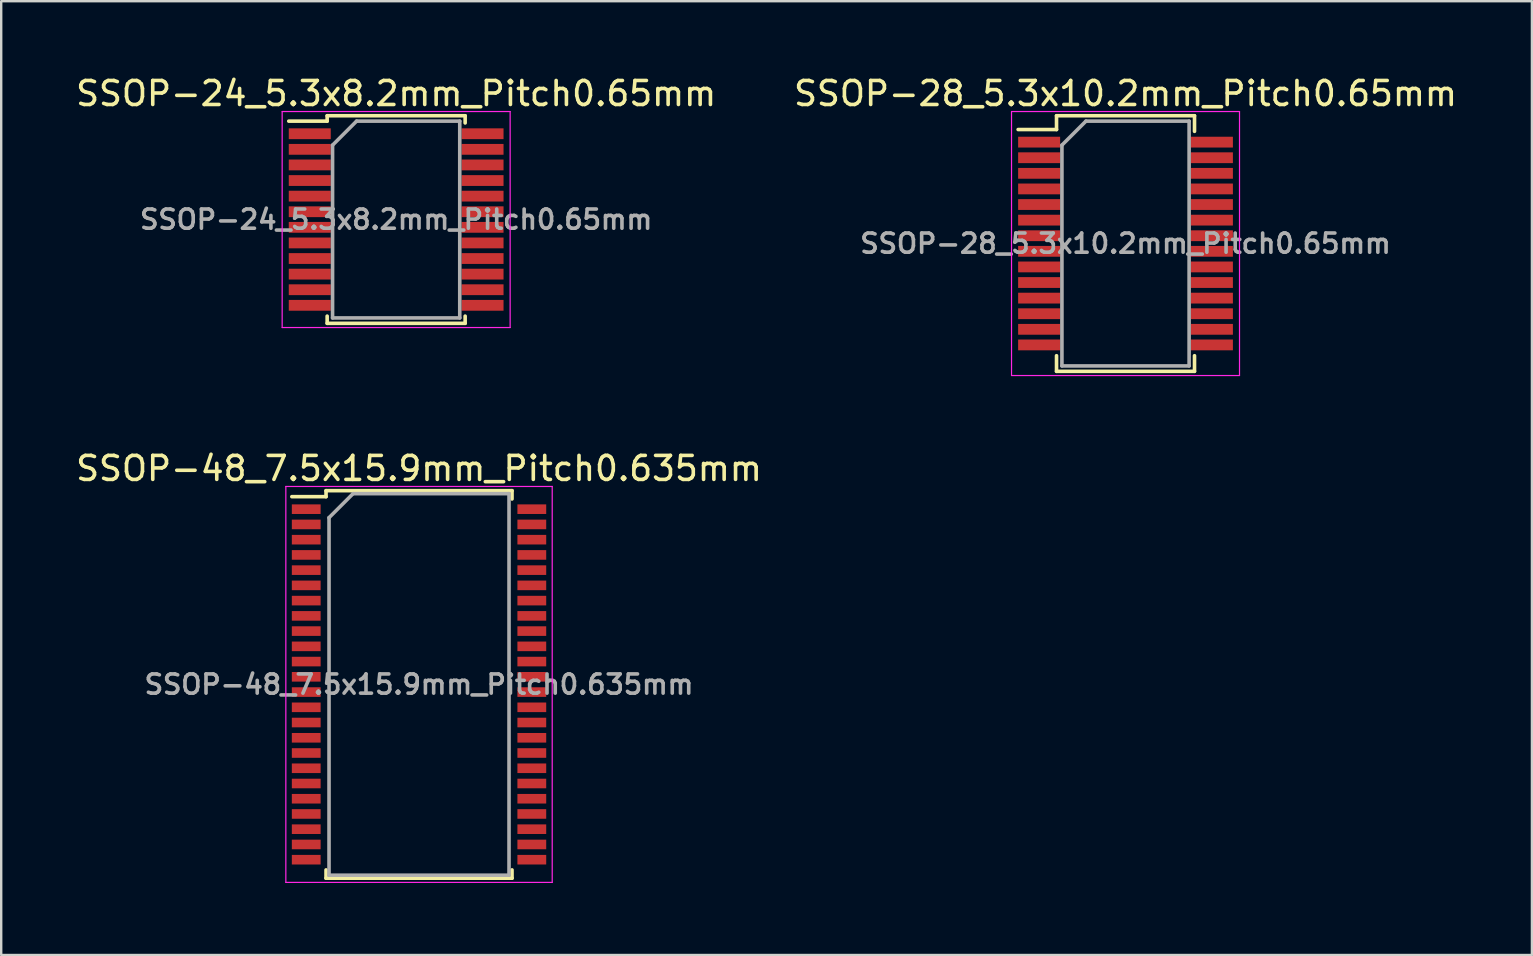
<source format=kicad_pcb>
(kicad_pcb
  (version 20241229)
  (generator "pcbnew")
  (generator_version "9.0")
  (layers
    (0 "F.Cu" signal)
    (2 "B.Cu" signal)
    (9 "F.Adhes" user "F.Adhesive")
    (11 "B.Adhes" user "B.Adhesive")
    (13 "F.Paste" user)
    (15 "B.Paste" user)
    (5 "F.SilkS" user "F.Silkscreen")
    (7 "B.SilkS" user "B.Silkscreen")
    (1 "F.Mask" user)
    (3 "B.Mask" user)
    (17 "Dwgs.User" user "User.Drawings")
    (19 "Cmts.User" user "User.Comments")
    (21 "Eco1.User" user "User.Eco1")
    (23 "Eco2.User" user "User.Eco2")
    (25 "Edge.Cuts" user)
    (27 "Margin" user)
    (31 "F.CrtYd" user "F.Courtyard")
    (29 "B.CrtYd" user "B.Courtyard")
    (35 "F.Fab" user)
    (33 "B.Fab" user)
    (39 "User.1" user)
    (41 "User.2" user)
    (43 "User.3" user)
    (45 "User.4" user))
  (footprint "SSOP-48_7.5x15.9mm_Pitch0.635mm"
    (layer "F.Cu")
    (at 14.411 25.471)
    (property "Reference" "SSOP-48_7.5x15.9mm_Pitch0.635mm" (at 0 -9 0) (layer "F.SilkS") (effects (font (size 1 1) (thickness 0.15))))
    (attr smd)
    (fp_line (start -3.875 -8.075) (end -3.875 -7.825) (stroke (width 0.15) (type solid)) (layer "F.SilkS"))
    (fp_line (start -3.875 -8.075) (end 3.875 -8.075) (stroke (width 0.15) (type solid)) (layer "F.SilkS"))
    (fp_line (start -3.875 -7.825) (end -5.3 -7.825) (stroke (width 0.15) (type solid)) (layer "F.SilkS"))
    (fp_line (start -3.875 8.075) (end -3.875 7.728) (stroke (width 0.15) (type solid)) (layer "F.SilkS"))
    (fp_line (start -3.875 8.075) (end 3.875 8.075) (stroke (width 0.15) (type solid)) (layer "F.SilkS"))
    (fp_line (start 3.875 -8.075) (end 3.875 -7.728) (stroke (width 0.15) (type solid)) (layer "F.SilkS"))
    (fp_line (start 3.875 8.075) (end 3.875 7.728) (stroke (width 0.15) (type solid)) (layer "F.SilkS"))
    (fp_line (start -5.55 -8.25) (end -5.55 8.25) (stroke (width 0.05) (type solid)) (layer "F.CrtYd"))
    (fp_line (start -5.55 -8.25) (end 5.55 -8.25) (stroke (width 0.05) (type solid)) (layer "F.CrtYd"))
    (fp_line (start -5.55 8.25) (end 5.55 8.25) (stroke (width 0.05) (type solid)) (layer "F.CrtYd"))
    (fp_line (start 5.55 -8.25) (end 5.55 8.25) (stroke (width 0.05) (type solid)) (layer "F.CrtYd"))
    (fp_line (start -3.75 -6.95) (end -2.75 -7.95) (stroke (width 0.15) (type solid)) (layer "F.Fab"))
    (fp_line (start -3.75 7.95) (end -3.75 -6.95) (stroke (width 0.15) (type solid)) (layer "F.Fab"))
    (fp_line (start -2.75 -7.95) (end 3.75 -7.95) (stroke (width 0.15) (type solid)) (layer "F.Fab"))
    (fp_line (start 3.75 -7.95) (end 3.75 7.95) (stroke (width 0.15) (type solid)) (layer "F.Fab"))
    (fp_line (start 3.75 7.95) (end -3.75 7.95) (stroke (width 0.15) (type solid)) (layer "F.Fab"))
    (fp_text user "${REFERENCE}" (at 0 0 0) (layer "F.Fab") (effects (font (size 0.8 0.8) (thickness 0.15))))
    (pad "1" smd rect (at -4.7 -7.303) (size 1.2 0.4) (layers "F.Cu" "F.Mask" "F.Paste"))
    (pad "2" smd rect (at -4.7 -6.668) (size 1.2 0.4) (layers "F.Cu" "F.Mask" "F.Paste"))
    (pad "3" smd rect (at -4.7 -6.032) (size 1.2 0.4) (layers "F.Cu" "F.Mask" "F.Paste"))
    (pad "4" smd rect (at -4.7 -5.397) (size 1.2 0.4) (layers "F.Cu" "F.Mask" "F.Paste"))
    (pad "5" smd rect (at -4.7 -4.763) (size 1.2 0.4) (layers "F.Cu" "F.Mask" "F.Paste"))
    (pad "6" smd rect (at -4.7 -4.128) (size 1.2 0.4) (layers "F.Cu" "F.Mask" "F.Paste"))
    (pad "7" smd rect (at -4.7 -3.493) (size 1.2 0.4) (layers "F.Cu" "F.Mask" "F.Paste"))
    (pad "8" smd rect (at -4.7 -2.857) (size 1.2 0.4) (layers "F.Cu" "F.Mask" "F.Paste"))
    (pad "9" smd rect (at -4.7 -2.223) (size 1.2 0.4) (layers "F.Cu" "F.Mask" "F.Paste"))
    (pad "10" smd rect (at -4.7 -1.587) (size 1.2 0.4) (layers "F.Cu" "F.Mask" "F.Paste"))
    (pad "11" smd rect (at -4.7 -0.953) (size 1.2 0.4) (layers "F.Cu" "F.Mask" "F.Paste"))
    (pad "12" smd rect (at -4.7 -0.318) (size 1.2 0.4) (layers "F.Cu" "F.Mask" "F.Paste"))
    (pad "13" smd rect (at -4.7 0.318) (size 1.2 0.4) (layers "F.Cu" "F.Mask" "F.Paste"))
    (pad "14" smd rect (at -4.7 0.953) (size 1.2 0.4) (layers "F.Cu" "F.Mask" "F.Paste"))
    (pad "15" smd rect (at -4.7 1.587) (size 1.2 0.4) (layers "F.Cu" "F.Mask" "F.Paste"))
    (pad "16" smd rect (at -4.7 2.223) (size 1.2 0.4) (layers "F.Cu" "F.Mask" "F.Paste"))
    (pad "17" smd rect (at -4.7 2.857) (size 1.2 0.4) (layers "F.Cu" "F.Mask" "F.Paste"))
    (pad "18" smd rect (at -4.7 3.493) (size 1.2 0.4) (layers "F.Cu" "F.Mask" "F.Paste"))
    (pad "19" smd rect (at -4.7 4.128) (size 1.2 0.4) (layers "F.Cu" "F.Mask" "F.Paste"))
    (pad "20" smd rect (at -4.7 4.763) (size 1.2 0.4) (layers "F.Cu" "F.Mask" "F.Paste"))
    (pad "21" smd rect (at -4.7 5.397) (size 1.2 0.4) (layers "F.Cu" "F.Mask" "F.Paste"))
    (pad "22" smd rect (at -4.7 6.032) (size 1.2 0.4) (layers "F.Cu" "F.Mask" "F.Paste"))
    (pad "23" smd rect (at -4.7 6.668) (size 1.2 0.4) (layers "F.Cu" "F.Mask" "F.Paste"))
    (pad "24" smd rect (at -4.7 7.303) (size 1.2 0.4) (layers "F.Cu" "F.Mask" "F.Paste"))
    (pad "25" smd rect (at 4.7 7.303) (size 1.2 0.4) (layers "F.Cu" "F.Mask" "F.Paste"))
    (pad "26" smd rect (at 4.7 6.668) (size 1.2 0.4) (layers "F.Cu" "F.Mask" "F.Paste"))
    (pad "27" smd rect (at 4.7 6.032) (size 1.2 0.4) (layers "F.Cu" "F.Mask" "F.Paste"))
    (pad "28" smd rect (at 4.7 5.397) (size 1.2 0.4) (layers "F.Cu" "F.Mask" "F.Paste"))
    (pad "29" smd rect (at 4.7 4.763) (size 1.2 0.4) (layers "F.Cu" "F.Mask" "F.Paste"))
    (pad "30" smd rect (at 4.7 4.128) (size 1.2 0.4) (layers "F.Cu" "F.Mask" "F.Paste"))
    (pad "31" smd rect (at 4.7 3.493) (size 1.2 0.4) (layers "F.Cu" "F.Mask" "F.Paste"))
    (pad "32" smd rect (at 4.7 2.857) (size 1.2 0.4) (layers "F.Cu" "F.Mask" "F.Paste"))
    (pad "33" smd rect (at 4.7 2.223) (size 1.2 0.4) (layers "F.Cu" "F.Mask" "F.Paste"))
    (pad "34" smd rect (at 4.7 1.587) (size 1.2 0.4) (layers "F.Cu" "F.Mask" "F.Paste"))
    (pad "35" smd rect (at 4.7 0.953) (size 1.2 0.4) (layers "F.Cu" "F.Mask" "F.Paste"))
    (pad "36" smd rect (at 4.7 0.318) (size 1.2 0.4) (layers "F.Cu" "F.Mask" "F.Paste"))
    (pad "37" smd rect (at 4.7 -0.318) (size 1.2 0.4) (layers "F.Cu" "F.Mask" "F.Paste"))
    (pad "38" smd rect (at 4.7 -0.953) (size 1.2 0.4) (layers "F.Cu" "F.Mask" "F.Paste"))
    (pad "39" smd rect (at 4.7 -1.587) (size 1.2 0.4) (layers "F.Cu" "F.Mask" "F.Paste"))
    (pad "40" smd rect (at 4.7 -2.223) (size 1.2 0.4) (layers "F.Cu" "F.Mask" "F.Paste"))
    (pad "41" smd rect (at 4.7 -2.857) (size 1.2 0.4) (layers "F.Cu" "F.Mask" "F.Paste"))
    (pad "42" smd rect (at 4.7 -3.493) (size 1.2 0.4) (layers "F.Cu" "F.Mask" "F.Paste"))
    (pad "43" smd rect (at 4.7 -4.128) (size 1.2 0.4) (layers "F.Cu" "F.Mask" "F.Paste"))
    (pad "44" smd rect (at 4.7 -4.763) (size 1.2 0.4) (layers "F.Cu" "F.Mask" "F.Paste"))
    (pad "45" smd rect (at 4.7 -5.397) (size 1.2 0.4) (layers "F.Cu" "F.Mask" "F.Paste"))
    (pad "46" smd rect (at 4.7 -6.032) (size 1.2 0.4) (layers "F.Cu" "F.Mask" "F.Paste"))
    (pad "47" smd rect (at 4.7 -6.668) (size 1.2 0.4) (layers "F.Cu" "F.Mask" "F.Paste"))
    (pad "48" smd rect (at 4.7 -7.303) (size 1.2 0.4) (layers "F.Cu" "F.Mask" "F.Paste")))
  (footprint "SSOP-28_5.3x10.2mm_Pitch0.65mm"
    (layer "F.Cu")
    (at 43.851 7.098)
    (property "Reference" "SSOP-28_5.3x10.2mm_Pitch0.65mm" (at 0 -6.25 0) (layer "F.SilkS") (effects (font (size 1 1) (thickness 0.15))))
    (attr smd)
    (fp_line (start -2.875 -5.325) (end -2.875 -4.75) (stroke (width 0.15) (type solid)) (layer "F.SilkS"))
    (fp_line (start -2.875 -5.325) (end 2.875 -5.325) (stroke (width 0.15) (type solid)) (layer "F.SilkS"))
    (fp_line (start -2.875 -4.75) (end -4.475 -4.75) (stroke (width 0.15) (type solid)) (layer "F.SilkS"))
    (fp_line (start -2.875 5.325) (end -2.875 4.675) (stroke (width 0.15) (type solid)) (layer "F.SilkS"))
    (fp_line (start -2.875 5.325) (end 2.875 5.325) (stroke (width 0.15) (type solid)) (layer "F.SilkS"))
    (fp_line (start 2.875 -5.325) (end 2.875 -4.675) (stroke (width 0.15) (type solid)) (layer "F.SilkS"))
    (fp_line (start 2.875 5.325) (end 2.875 4.675) (stroke (width 0.15) (type solid)) (layer "F.SilkS"))
    (fp_line (start -4.75 -5.5) (end -4.75 5.5) (stroke (width 0.05) (type solid)) (layer "F.CrtYd"))
    (fp_line (start -4.75 -5.5) (end 4.75 -5.5) (stroke (width 0.05) (type solid)) (layer "F.CrtYd"))
    (fp_line (start -4.75 5.5) (end 4.75 5.5) (stroke (width 0.05) (type solid)) (layer "F.CrtYd"))
    (fp_line (start 4.75 -5.5) (end 4.75 5.5) (stroke (width 0.05) (type solid)) (layer "F.CrtYd"))
    (fp_line (start -2.65 -4.1) (end -1.65 -5.1) (stroke (width 0.15) (type solid)) (layer "F.Fab"))
    (fp_line (start -2.65 5.1) (end -2.65 -4.1) (stroke (width 0.15) (type solid)) (layer "F.Fab"))
    (fp_line (start -1.65 -5.1) (end 2.65 -5.1) (stroke (width 0.15) (type solid)) (layer "F.Fab"))
    (fp_line (start 2.65 -5.1) (end 2.65 5.1) (stroke (width 0.15) (type solid)) (layer "F.Fab"))
    (fp_line (start 2.65 5.1) (end -2.65 5.1) (stroke (width 0.15) (type solid)) (layer "F.Fab"))
    (fp_text user "${REFERENCE}" (at 0 0 0) (layer "F.Fab") (effects (font (size 0.8 0.8) (thickness 0.15))))
    (pad "1" smd rect (at -3.6 -4.225) (size 1.75 0.45) (layers "F.Cu" "F.Mask" "F.Paste"))
    (pad "2" smd rect (at -3.6 -3.575) (size 1.75 0.45) (layers "F.Cu" "F.Mask" "F.Paste"))
    (pad "3" smd rect (at -3.6 -2.925) (size 1.75 0.45) (layers "F.Cu" "F.Mask" "F.Paste"))
    (pad "4" smd rect (at -3.6 -2.275) (size 1.75 0.45) (layers "F.Cu" "F.Mask" "F.Paste"))
    (pad "5" smd rect (at -3.6 -1.625) (size 1.75 0.45) (layers "F.Cu" "F.Mask" "F.Paste"))
    (pad "6" smd rect (at -3.6 -0.975) (size 1.75 0.45) (layers "F.Cu" "F.Mask" "F.Paste"))
    (pad "7" smd rect (at -3.6 -0.325) (size 1.75 0.45) (layers "F.Cu" "F.Mask" "F.Paste"))
    (pad "8" smd rect (at -3.6 0.325) (size 1.75 0.45) (layers "F.Cu" "F.Mask" "F.Paste"))
    (pad "9" smd rect (at -3.6 0.975) (size 1.75 0.45) (layers "F.Cu" "F.Mask" "F.Paste"))
    (pad "10" smd rect (at -3.6 1.625) (size 1.75 0.45) (layers "F.Cu" "F.Mask" "F.Paste"))
    (pad "11" smd rect (at -3.6 2.275) (size 1.75 0.45) (layers "F.Cu" "F.Mask" "F.Paste"))
    (pad "12" smd rect (at -3.6 2.925) (size 1.75 0.45) (layers "F.Cu" "F.Mask" "F.Paste"))
    (pad "13" smd rect (at -3.6 3.575) (size 1.75 0.45) (layers "F.Cu" "F.Mask" "F.Paste"))
    (pad "14" smd rect (at -3.6 4.225) (size 1.75 0.45) (layers "F.Cu" "F.Mask" "F.Paste"))
    (pad "15" smd rect (at 3.6 4.225) (size 1.75 0.45) (layers "F.Cu" "F.Mask" "F.Paste"))
    (pad "16" smd rect (at 3.6 3.575) (size 1.75 0.45) (layers "F.Cu" "F.Mask" "F.Paste"))
    (pad "17" smd rect (at 3.6 2.925) (size 1.75 0.45) (layers "F.Cu" "F.Mask" "F.Paste"))
    (pad "18" smd rect (at 3.6 2.275) (size 1.75 0.45) (layers "F.Cu" "F.Mask" "F.Paste"))
    (pad "19" smd rect (at 3.6 1.625) (size 1.75 0.45) (layers "F.Cu" "F.Mask" "F.Paste"))
    (pad "20" smd rect (at 3.6 0.975) (size 1.75 0.45) (layers "F.Cu" "F.Mask" "F.Paste"))
    (pad "21" smd rect (at 3.6 0.325) (size 1.75 0.45) (layers "F.Cu" "F.Mask" "F.Paste"))
    (pad "22" smd rect (at 3.6 -0.325) (size 1.75 0.45) (layers "F.Cu" "F.Mask" "F.Paste"))
    (pad "23" smd rect (at 3.6 -0.975) (size 1.75 0.45) (layers "F.Cu" "F.Mask" "F.Paste"))
    (pad "24" smd rect (at 3.6 -1.625) (size 1.75 0.45) (layers "F.Cu" "F.Mask" "F.Paste"))
    (pad "25" smd rect (at 3.6 -2.275) (size 1.75 0.45) (layers "F.Cu" "F.Mask" "F.Paste"))
    (pad "26" smd rect (at 3.6 -2.925) (size 1.75 0.45) (layers "F.Cu" "F.Mask" "F.Paste"))
    (pad "27" smd rect (at 3.6 -3.575) (size 1.75 0.45) (layers "F.Cu" "F.Mask" "F.Paste"))
    (pad "28" smd rect (at 3.6 -4.225) (size 1.75 0.45) (layers "F.Cu" "F.Mask" "F.Paste")))
  (footprint "SSOP-24_5.3x8.2mm_Pitch0.65mm"
    (layer "F.Cu")
    (at 13.458 6.098)
    (property "Reference" "SSOP-24_5.3x8.2mm_Pitch0.65mm" (at 0 -5.25 0) (layer "F.SilkS") (effects (font (size 1 1) (thickness 0.15))))
    (attr smd)
    (fp_line (start -2.875 -4.325) (end -2.875 -4.1) (stroke (width 0.15) (type solid)) (layer "F.SilkS"))
    (fp_line (start -2.875 -4.325) (end 2.875 -4.325) (stroke (width 0.15) (type solid)) (layer "F.SilkS"))
    (fp_line (start -2.875 -4.1) (end -4.475 -4.1) (stroke (width 0.15) (type solid)) (layer "F.SilkS"))
    (fp_line (start -2.875 4.325) (end -2.875 4.025) (stroke (width 0.15) (type solid)) (layer "F.SilkS"))
    (fp_line (start -2.875 4.325) (end 2.875 4.325) (stroke (width 0.15) (type solid)) (layer "F.SilkS"))
    (fp_line (start 2.875 -4.325) (end 2.875 -4.025) (stroke (width 0.15) (type solid)) (layer "F.SilkS"))
    (fp_line (start 2.875 4.325) (end 2.875 4.025) (stroke (width 0.15) (type solid)) (layer "F.SilkS"))
    (fp_line (start -4.75 -4.5) (end -4.75 4.5) (stroke (width 0.05) (type solid)) (layer "F.CrtYd"))
    (fp_line (start -4.75 -4.5) (end 4.75 -4.5) (stroke (width 0.05) (type solid)) (layer "F.CrtYd"))
    (fp_line (start -4.75 4.5) (end 4.75 4.5) (stroke (width 0.05) (type solid)) (layer "F.CrtYd"))
    (fp_line (start 4.75 -4.5) (end 4.75 4.5) (stroke (width 0.05) (type solid)) (layer "F.CrtYd"))
    (fp_line (start -2.65 -3.1) (end -1.65 -4.1) (stroke (width 0.15) (type solid)) (layer "F.Fab"))
    (fp_line (start -2.65 4.1) (end -2.65 -3.1) (stroke (width 0.15) (type solid)) (layer "F.Fab"))
    (fp_line (start -1.65 -4.1) (end 2.65 -4.1) (stroke (width 0.15) (type solid)) (layer "F.Fab"))
    (fp_line (start 2.65 -4.1) (end 2.65 4.1) (stroke (width 0.15) (type solid)) (layer "F.Fab"))
    (fp_line (start 2.65 4.1) (end -2.65 4.1) (stroke (width 0.15) (type solid)) (layer "F.Fab"))
    (fp_text user "${REFERENCE}" (at 0 0 0) (layer "F.Fab") (effects (font (size 0.8 0.8) (thickness 0.15))))
    (pad "1" smd rect (at -3.6 -3.575) (size 1.75 0.45) (layers "F.Cu" "F.Mask" "F.Paste"))
    (pad "2" smd rect (at -3.6 -2.925) (size 1.75 0.45) (layers "F.Cu" "F.Mask" "F.Paste"))
    (pad "3" smd rect (at -3.6 -2.275) (size 1.75 0.45) (layers "F.Cu" "F.Mask" "F.Paste"))
    (pad "4" smd rect (at -3.6 -1.625) (size 1.75 0.45) (layers "F.Cu" "F.Mask" "F.Paste"))
    (pad "5" smd rect (at -3.6 -0.975) (size 1.75 0.45) (layers "F.Cu" "F.Mask" "F.Paste"))
    (pad "6" smd rect (at -3.6 -0.325) (size 1.75 0.45) (layers "F.Cu" "F.Mask" "F.Paste"))
    (pad "7" smd rect (at -3.6 0.325) (size 1.75 0.45) (layers "F.Cu" "F.Mask" "F.Paste"))
    (pad "8" smd rect (at -3.6 0.975) (size 1.75 0.45) (layers "F.Cu" "F.Mask" "F.Paste"))
    (pad "9" smd rect (at -3.6 1.625) (size 1.75 0.45) (layers "F.Cu" "F.Mask" "F.Paste"))
    (pad "10" smd rect (at -3.6 2.275) (size 1.75 0.45) (layers "F.Cu" "F.Mask" "F.Paste"))
    (pad "11" smd rect (at -3.6 2.925) (size 1.75 0.45) (layers "F.Cu" "F.Mask" "F.Paste"))
    (pad "12" smd rect (at -3.6 3.575) (size 1.75 0.45) (layers "F.Cu" "F.Mask" "F.Paste"))
    (pad "13" smd rect (at 3.6 3.575) (size 1.75 0.45) (layers "F.Cu" "F.Mask" "F.Paste"))
    (pad "14" smd rect (at 3.6 2.925) (size 1.75 0.45) (layers "F.Cu" "F.Mask" "F.Paste"))
    (pad "15" smd rect (at 3.6 2.275) (size 1.75 0.45) (layers "F.Cu" "F.Mask" "F.Paste"))
    (pad "16" smd rect (at 3.6 1.625) (size 1.75 0.45) (layers "F.Cu" "F.Mask" "F.Paste"))
    (pad "17" smd rect (at 3.6 0.975) (size 1.75 0.45) (layers "F.Cu" "F.Mask" "F.Paste"))
    (pad "18" smd rect (at 3.6 0.325) (size 1.75 0.45) (layers "F.Cu" "F.Mask" "F.Paste"))
    (pad "19" smd rect (at 3.6 -0.325) (size 1.75 0.45) (layers "F.Cu" "F.Mask" "F.Paste"))
    (pad "20" smd rect (at 3.6 -0.975) (size 1.75 0.45) (layers "F.Cu" "F.Mask" "F.Paste"))
    (pad "21" smd rect (at 3.6 -1.625) (size 1.75 0.45) (layers "F.Cu" "F.Mask" "F.Paste"))
    (pad "22" smd rect (at 3.6 -2.275) (size 1.75 0.45) (layers "F.Cu" "F.Mask" "F.Paste"))
    (pad "23" smd rect (at 3.6 -2.925) (size 1.75 0.45) (layers "F.Cu" "F.Mask" "F.Paste"))
    (pad "24" smd rect (at 3.6 -3.575) (size 1.75 0.45) (layers "F.Cu" "F.Mask" "F.Paste")))
  (gr_rect
    (start -3 -3)
    (end 60.786 36.746)
    (stroke (width 0.1) (type default))
    (fill no)
    (layer "Edge.Cuts")))
</source>
